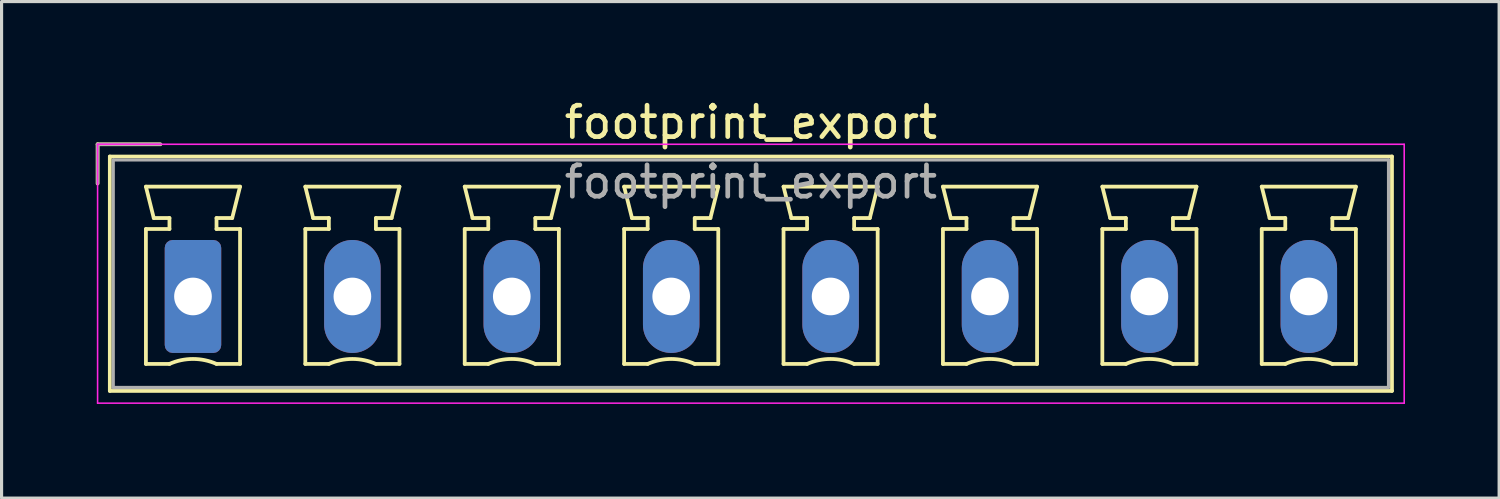
<source format=kicad_pcb>
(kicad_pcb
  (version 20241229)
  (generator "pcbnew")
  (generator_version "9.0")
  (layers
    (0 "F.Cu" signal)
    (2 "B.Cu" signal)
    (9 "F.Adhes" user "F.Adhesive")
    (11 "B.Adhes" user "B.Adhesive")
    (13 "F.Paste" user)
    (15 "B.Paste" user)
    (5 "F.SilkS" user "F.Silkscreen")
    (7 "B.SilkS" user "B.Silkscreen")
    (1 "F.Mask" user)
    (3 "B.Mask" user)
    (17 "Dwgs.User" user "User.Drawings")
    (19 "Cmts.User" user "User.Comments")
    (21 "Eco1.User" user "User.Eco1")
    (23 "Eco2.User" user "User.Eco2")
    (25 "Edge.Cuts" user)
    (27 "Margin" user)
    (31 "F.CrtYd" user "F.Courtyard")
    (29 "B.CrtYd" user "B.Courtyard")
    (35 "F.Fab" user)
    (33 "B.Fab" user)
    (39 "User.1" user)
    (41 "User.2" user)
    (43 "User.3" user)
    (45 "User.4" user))
  (footprint "footprint_export"
    (layer "F.Cu")
    (at 3.1 6.398)
    (property "Reference" "footprint_export" (at 17.78 -5.55 0) (layer "F.SilkS") (effects (font (size 1 1) (thickness 0.15))))
    (attr through_hole)
    (fp_line (start -3.04 -4.85) (end -1.04 -4.85) (stroke (width 0.12) (type solid)) (layer "F.SilkS"))
    (fp_line (start -3.04 -3.6) (end -3.04 -4.85) (stroke (width 0.12) (type solid)) (layer "F.SilkS"))
    (fp_line (start -2.65 -4.46) (end -2.65 3.01) (stroke (width 0.12) (type solid)) (layer "F.SilkS"))
    (fp_line (start -2.65 3.01) (end 38.21 3.01) (stroke (width 0.12) (type solid)) (layer "F.SilkS"))
    (fp_line (start -1.5 -3.5) (end 1.5 -3.5) (stroke (width 0.12) (type solid)) (layer "F.SilkS"))
    (fp_line (start -1.5 -2.15) (end -0.75 -2.15) (stroke (width 0.12) (type solid)) (layer "F.SilkS"))
    (fp_line (start -1.5 2.15) (end -1.5 -2.15) (stroke (width 0.12) (type solid)) (layer "F.SilkS"))
    (fp_line (start -1.25 -2.5) (end -1.5 -3.5) (stroke (width 0.12) (type solid)) (layer "F.SilkS"))
    (fp_line (start -0.75 -2.5) (end -1.25 -2.5) (stroke (width 0.12) (type solid)) (layer "F.SilkS"))
    (fp_line (start -0.75 -2.15) (end -0.75 -2.5) (stroke (width 0.12) (type solid)) (layer "F.SilkS"))
    (fp_line (start -0.75 2.15) (end -1.5 2.15) (stroke (width 0.12) (type solid)) (layer "F.SilkS"))
    (fp_line (start 0.75 -2.5) (end 0.75 -2.15) (stroke (width 0.12) (type solid)) (layer "F.SilkS"))
    (fp_line (start 0.75 -2.15) (end 1.5 -2.15) (stroke (width 0.12) (type solid)) (layer "F.SilkS"))
    (fp_line (start 1.25 -2.5) (end 0.75 -2.5) (stroke (width 0.12) (type solid)) (layer "F.SilkS"))
    (fp_line (start 1.5 -3.5) (end 1.25 -2.5) (stroke (width 0.12) (type solid)) (layer "F.SilkS"))
    (fp_line (start 1.5 -2.15) (end 1.5 2.15) (stroke (width 0.12) (type solid)) (layer "F.SilkS"))
    (fp_line (start 1.5 2.15) (end 0.75 2.15) (stroke (width 0.12) (type solid)) (layer "F.SilkS"))
    (fp_line (start 3.58 -3.5) (end 6.58 -3.5) (stroke (width 0.12) (type solid)) (layer "F.SilkS"))
    (fp_line (start 3.58 -2.15) (end 4.33 -2.15) (stroke (width 0.12) (type solid)) (layer "F.SilkS"))
    (fp_line (start 3.58 2.15) (end 3.58 -2.15) (stroke (width 0.12) (type solid)) (layer "F.SilkS"))
    (fp_line (start 3.83 -2.5) (end 3.58 -3.5) (stroke (width 0.12) (type solid)) (layer "F.SilkS"))
    (fp_line (start 4.33 -2.5) (end 3.83 -2.5) (stroke (width 0.12) (type solid)) (layer "F.SilkS"))
    (fp_line (start 4.33 -2.15) (end 4.33 -2.5) (stroke (width 0.12) (type solid)) (layer "F.SilkS"))
    (fp_line (start 4.33 2.15) (end 3.58 2.15) (stroke (width 0.12) (type solid)) (layer "F.SilkS"))
    (fp_line (start 5.83 -2.5) (end 5.83 -2.15) (stroke (width 0.12) (type solid)) (layer "F.SilkS"))
    (fp_line (start 5.83 -2.15) (end 6.58 -2.15) (stroke (width 0.12) (type solid)) (layer "F.SilkS"))
    (fp_line (start 6.33 -2.5) (end 5.83 -2.5) (stroke (width 0.12) (type solid)) (layer "F.SilkS"))
    (fp_line (start 6.58 -3.5) (end 6.33 -2.5) (stroke (width 0.12) (type solid)) (layer "F.SilkS"))
    (fp_line (start 6.58 -2.15) (end 6.58 2.15) (stroke (width 0.12) (type solid)) (layer "F.SilkS"))
    (fp_line (start 6.58 2.15) (end 5.83 2.15) (stroke (width 0.12) (type solid)) (layer "F.SilkS"))
    (fp_line (start 8.66 -3.5) (end 11.66 -3.5) (stroke (width 0.12) (type solid)) (layer "F.SilkS"))
    (fp_line (start 8.66 -2.15) (end 9.41 -2.15) (stroke (width 0.12) (type solid)) (layer "F.SilkS"))
    (fp_line (start 8.66 2.15) (end 8.66 -2.15) (stroke (width 0.12) (type solid)) (layer "F.SilkS"))
    (fp_line (start 8.91 -2.5) (end 8.66 -3.5) (stroke (width 0.12) (type solid)) (layer "F.SilkS"))
    (fp_line (start 9.41 -2.5) (end 8.91 -2.5) (stroke (width 0.12) (type solid)) (layer "F.SilkS"))
    (fp_line (start 9.41 -2.15) (end 9.41 -2.5) (stroke (width 0.12) (type solid)) (layer "F.SilkS"))
    (fp_line (start 9.41 2.15) (end 8.66 2.15) (stroke (width 0.12) (type solid)) (layer "F.SilkS"))
    (fp_line (start 10.91 -2.5) (end 10.91 -2.15) (stroke (width 0.12) (type solid)) (layer "F.SilkS"))
    (fp_line (start 10.91 -2.15) (end 11.66 -2.15) (stroke (width 0.12) (type solid)) (layer "F.SilkS"))
    (fp_line (start 11.41 -2.5) (end 10.91 -2.5) (stroke (width 0.12) (type solid)) (layer "F.SilkS"))
    (fp_line (start 11.66 -3.5) (end 11.41 -2.5) (stroke (width 0.12) (type solid)) (layer "F.SilkS"))
    (fp_line (start 11.66 -2.15) (end 11.66 2.15) (stroke (width 0.12) (type solid)) (layer "F.SilkS"))
    (fp_line (start 11.66 2.15) (end 10.91 2.15) (stroke (width 0.12) (type solid)) (layer "F.SilkS"))
    (fp_line (start 13.74 -3.5) (end 16.74 -3.5) (stroke (width 0.12) (type solid)) (layer "F.SilkS"))
    (fp_line (start 13.74 -2.15) (end 14.49 -2.15) (stroke (width 0.12) (type solid)) (layer "F.SilkS"))
    (fp_line (start 13.74 2.15) (end 13.74 -2.15) (stroke (width 0.12) (type solid)) (layer "F.SilkS"))
    (fp_line (start 13.99 -2.5) (end 13.74 -3.5) (stroke (width 0.12) (type solid)) (layer "F.SilkS"))
    (fp_line (start 14.49 -2.5) (end 13.99 -2.5) (stroke (width 0.12) (type solid)) (layer "F.SilkS"))
    (fp_line (start 14.49 -2.15) (end 14.49 -2.5) (stroke (width 0.12) (type solid)) (layer "F.SilkS"))
    (fp_line (start 14.49 2.15) (end 13.74 2.15) (stroke (width 0.12) (type solid)) (layer "F.SilkS"))
    (fp_line (start 15.99 -2.5) (end 15.99 -2.15) (stroke (width 0.12) (type solid)) (layer "F.SilkS"))
    (fp_line (start 15.99 -2.15) (end 16.74 -2.15) (stroke (width 0.12) (type solid)) (layer "F.SilkS"))
    (fp_line (start 16.49 -2.5) (end 15.99 -2.5) (stroke (width 0.12) (type solid)) (layer "F.SilkS"))
    (fp_line (start 16.74 -3.5) (end 16.49 -2.5) (stroke (width 0.12) (type solid)) (layer "F.SilkS"))
    (fp_line (start 16.74 -2.15) (end 16.74 2.15) (stroke (width 0.12) (type solid)) (layer "F.SilkS"))
    (fp_line (start 16.74 2.15) (end 15.99 2.15) (stroke (width 0.12) (type solid)) (layer "F.SilkS"))
    (fp_line (start 18.82 -3.5) (end 21.82 -3.5) (stroke (width 0.12) (type solid)) (layer "F.SilkS"))
    (fp_line (start 18.82 -2.15) (end 19.57 -2.15) (stroke (width 0.12) (type solid)) (layer "F.SilkS"))
    (fp_line (start 18.82 2.15) (end 18.82 -2.15) (stroke (width 0.12) (type solid)) (layer "F.SilkS"))
    (fp_line (start 19.07 -2.5) (end 18.82 -3.5) (stroke (width 0.12) (type solid)) (layer "F.SilkS"))
    (fp_line (start 19.57 -2.5) (end 19.07 -2.5) (stroke (width 0.12) (type solid)) (layer "F.SilkS"))
    (fp_line (start 19.57 -2.15) (end 19.57 -2.5) (stroke (width 0.12) (type solid)) (layer "F.SilkS"))
    (fp_line (start 19.57 2.15) (end 18.82 2.15) (stroke (width 0.12) (type solid)) (layer "F.SilkS"))
    (fp_line (start 21.07 -2.5) (end 21.07 -2.15) (stroke (width 0.12) (type solid)) (layer "F.SilkS"))
    (fp_line (start 21.07 -2.15) (end 21.82 -2.15) (stroke (width 0.12) (type solid)) (layer "F.SilkS"))
    (fp_line (start 21.57 -2.5) (end 21.07 -2.5) (stroke (width 0.12) (type solid)) (layer "F.SilkS"))
    (fp_line (start 21.82 -3.5) (end 21.57 -2.5) (stroke (width 0.12) (type solid)) (layer "F.SilkS"))
    (fp_line (start 21.82 -2.15) (end 21.82 2.15) (stroke (width 0.12) (type solid)) (layer "F.SilkS"))
    (fp_line (start 21.82 2.15) (end 21.07 2.15) (stroke (width 0.12) (type solid)) (layer "F.SilkS"))
    (fp_line (start 23.9 -3.5) (end 26.9 -3.5) (stroke (width 0.12) (type solid)) (layer "F.SilkS"))
    (fp_line (start 23.9 -2.15) (end 24.65 -2.15) (stroke (width 0.12) (type solid)) (layer "F.SilkS"))
    (fp_line (start 23.9 2.15) (end 23.9 -2.15) (stroke (width 0.12) (type solid)) (layer "F.SilkS"))
    (fp_line (start 24.15 -2.5) (end 23.9 -3.5) (stroke (width 0.12) (type solid)) (layer "F.SilkS"))
    (fp_line (start 24.65 -2.5) (end 24.15 -2.5) (stroke (width 0.12) (type solid)) (layer "F.SilkS"))
    (fp_line (start 24.65 -2.15) (end 24.65 -2.5) (stroke (width 0.12) (type solid)) (layer "F.SilkS"))
    (fp_line (start 24.65 2.15) (end 23.9 2.15) (stroke (width 0.12) (type solid)) (layer "F.SilkS"))
    (fp_line (start 26.15 -2.5) (end 26.15 -2.15) (stroke (width 0.12) (type solid)) (layer "F.SilkS"))
    (fp_line (start 26.15 -2.15) (end 26.9 -2.15) (stroke (width 0.12) (type solid)) (layer "F.SilkS"))
    (fp_line (start 26.65 -2.5) (end 26.15 -2.5) (stroke (width 0.12) (type solid)) (layer "F.SilkS"))
    (fp_line (start 26.9 -3.5) (end 26.65 -2.5) (stroke (width 0.12) (type solid)) (layer "F.SilkS"))
    (fp_line (start 26.9 -2.15) (end 26.9 2.15) (stroke (width 0.12) (type solid)) (layer "F.SilkS"))
    (fp_line (start 26.9 2.15) (end 26.15 2.15) (stroke (width 0.12) (type solid)) (layer "F.SilkS"))
    (fp_line (start 28.98 -3.5) (end 31.98 -3.5) (stroke (width 0.12) (type solid)) (layer "F.SilkS"))
    (fp_line (start 28.98 -2.15) (end 29.73 -2.15) (stroke (width 0.12) (type solid)) (layer "F.SilkS"))
    (fp_line (start 28.98 2.15) (end 28.98 -2.15) (stroke (width 0.12) (type solid)) (layer "F.SilkS"))
    (fp_line (start 29.23 -2.5) (end 28.98 -3.5) (stroke (width 0.12) (type solid)) (layer "F.SilkS"))
    (fp_line (start 29.73 -2.5) (end 29.23 -2.5) (stroke (width 0.12) (type solid)) (layer "F.SilkS"))
    (fp_line (start 29.73 -2.15) (end 29.73 -2.5) (stroke (width 0.12) (type solid)) (layer "F.SilkS"))
    (fp_line (start 29.73 2.15) (end 28.98 2.15) (stroke (width 0.12) (type solid)) (layer "F.SilkS"))
    (fp_line (start 31.23 -2.5) (end 31.23 -2.15) (stroke (width 0.12) (type solid)) (layer "F.SilkS"))
    (fp_line (start 31.23 -2.15) (end 31.98 -2.15) (stroke (width 0.12) (type solid)) (layer "F.SilkS"))
    (fp_line (start 31.73 -2.5) (end 31.23 -2.5) (stroke (width 0.12) (type solid)) (layer "F.SilkS"))
    (fp_line (start 31.98 -3.5) (end 31.73 -2.5) (stroke (width 0.12) (type solid)) (layer "F.SilkS"))
    (fp_line (start 31.98 -2.15) (end 31.98 2.15) (stroke (width 0.12) (type solid)) (layer "F.SilkS"))
    (fp_line (start 31.98 2.15) (end 31.23 2.15) (stroke (width 0.12) (type solid)) (layer "F.SilkS"))
    (fp_line (start 34.06 -3.5) (end 37.06 -3.5) (stroke (width 0.12) (type solid)) (layer "F.SilkS"))
    (fp_line (start 34.06 -2.15) (end 34.81 -2.15) (stroke (width 0.12) (type solid)) (layer "F.SilkS"))
    (fp_line (start 34.06 2.15) (end 34.06 -2.15) (stroke (width 0.12) (type solid)) (layer "F.SilkS"))
    (fp_line (start 34.31 -2.5) (end 34.06 -3.5) (stroke (width 0.12) (type solid)) (layer "F.SilkS"))
    (fp_line (start 34.81 -2.5) (end 34.31 -2.5) (stroke (width 0.12) (type solid)) (layer "F.SilkS"))
    (fp_line (start 34.81 -2.15) (end 34.81 -2.5) (stroke (width 0.12) (type solid)) (layer "F.SilkS"))
    (fp_line (start 34.81 2.15) (end 34.06 2.15) (stroke (width 0.12) (type solid)) (layer "F.SilkS"))
    (fp_line (start 36.31 -2.5) (end 36.31 -2.15) (stroke (width 0.12) (type solid)) (layer "F.SilkS"))
    (fp_line (start 36.31 -2.15) (end 37.06 -2.15) (stroke (width 0.12) (type solid)) (layer "F.SilkS"))
    (fp_line (start 36.81 -2.5) (end 36.31 -2.5) (stroke (width 0.12) (type solid)) (layer "F.SilkS"))
    (fp_line (start 37.06 -3.5) (end 36.81 -2.5) (stroke (width 0.12) (type solid)) (layer "F.SilkS"))
    (fp_line (start 37.06 -2.15) (end 37.06 2.15) (stroke (width 0.12) (type solid)) (layer "F.SilkS"))
    (fp_line (start 37.06 2.15) (end 36.31 2.15) (stroke (width 0.12) (type solid)) (layer "F.SilkS"))
    (fp_line (start 38.21 -4.46) (end -2.65 -4.46) (stroke (width 0.12) (type solid)) (layer "F.SilkS"))
    (fp_line (start 38.21 3.01) (end 38.21 -4.46) (stroke (width 0.12) (type solid)) (layer "F.SilkS"))
    (fp_arc (start -0.75 2.15) (mid -0.000193 1.99191) (end 0.749647 2.149844) (stroke (width 0.12) (type solid)) (layer "F.SilkS"))
    (fp_arc (start 4.33 2.15) (mid 5.079807 1.99191) (end 5.829647 2.149844) (stroke (width 0.12) (type solid)) (layer "F.SilkS"))
    (fp_arc (start 9.41 2.15) (mid 10.159807 1.99191) (end 10.909647 2.149844) (stroke (width 0.12) (type solid)) (layer "F.SilkS"))
    (fp_arc (start 14.49 2.15) (mid 15.239807 1.99191) (end 15.989647 2.149844) (stroke (width 0.12) (type solid)) (layer "F.SilkS"))
    (fp_arc (start 19.57 2.15) (mid 20.319807 1.99191) (end 21.069647 2.149844) (stroke (width 0.12) (type solid)) (layer "F.SilkS"))
    (fp_arc (start 24.65 2.15) (mid 25.399807 1.99191) (end 26.149647 2.149844) (stroke (width 0.12) (type solid)) (layer "F.SilkS"))
    (fp_arc (start 29.73 2.15) (mid 30.479807 1.99191) (end 31.229647 2.149844) (stroke (width 0.12) (type solid)) (layer "F.SilkS"))
    (fp_arc (start 34.81 2.15) (mid 35.559807 1.99191) (end 36.309647 2.149844) (stroke (width 0.12) (type solid)) (layer "F.SilkS"))
    (fp_line (start -3.04 -4.85) (end -3.04 3.4) (stroke (width 0.05) (type solid)) (layer "F.CrtYd"))
    (fp_line (start -3.04 3.4) (end 38.6 3.4) (stroke (width 0.05) (type solid)) (layer "F.CrtYd"))
    (fp_line (start 38.6 -4.85) (end -3.04 -4.85) (stroke (width 0.05) (type solid)) (layer "F.CrtYd"))
    (fp_line (start 38.6 3.4) (end 38.6 -4.85) (stroke (width 0.05) (type solid)) (layer "F.CrtYd"))
    (fp_line (start -3.04 -4.85) (end -1.04 -4.85) (stroke (width 0.1) (type solid)) (layer "F.Fab"))
    (fp_line (start -3.04 -3.6) (end -3.04 -4.85) (stroke (width 0.1) (type solid)) (layer "F.Fab"))
    (fp_line (start -2.54 -4.35) (end -2.54 2.9) (stroke (width 0.1) (type solid)) (layer "F.Fab"))
    (fp_line (start -2.54 2.9) (end 38.1 2.9) (stroke (width 0.1) (type solid)) (layer "F.Fab"))
    (fp_line (start 38.1 -4.35) (end -2.54 -4.35) (stroke (width 0.1) (type solid)) (layer "F.Fab"))
    (fp_line (start 38.1 2.9) (end 38.1 -4.35) (stroke (width 0.1) (type solid)) (layer "F.Fab"))
    (fp_text user "${REFERENCE}" (at 17.78 -3.65 0) (layer "F.Fab") (effects (font (size 1 1) (thickness 0.15))))
    (pad "1" thru_hole roundrect (at 0 0) (size 1.8 3.6) (drill 1.2) (layers "*.Cu" "*.Mask") (roundrect_rratio 0.139))
    (pad "2" thru_hole oval (at 5.08 0) (size 1.8 3.6) (drill 1.2) (layers "*.Cu" "*.Mask"))
    (pad "3" thru_hole oval (at 10.16 0) (size 1.8 3.6) (drill 1.2) (layers "*.Cu" "*.Mask"))
    (pad "4" thru_hole oval (at 15.24 0) (size 1.8 3.6) (drill 1.2) (layers "*.Cu" "*.Mask"))
    (pad "5" thru_hole oval (at 20.32 0) (size 1.8 3.6) (drill 1.2) (layers "*.Cu" "*.Mask"))
    (pad "6" thru_hole oval (at 25.4 0) (size 1.8 3.6) (drill 1.2) (layers "*.Cu" "*.Mask"))
    (pad "7" thru_hole oval (at 30.48 0) (size 1.8 3.6) (drill 1.2) (layers "*.Cu" "*.Mask"))
    (pad "8" thru_hole oval (at 35.56 0) (size 1.8 3.6) (drill 1.2) (layers "*.Cu" "*.Mask")))
  (gr_rect
    (start -3 -3)
    (end 44.725 12.823)
    (stroke (width 0.1) (type default))
    (fill no)
    (layer "Edge.Cuts")))
</source>
